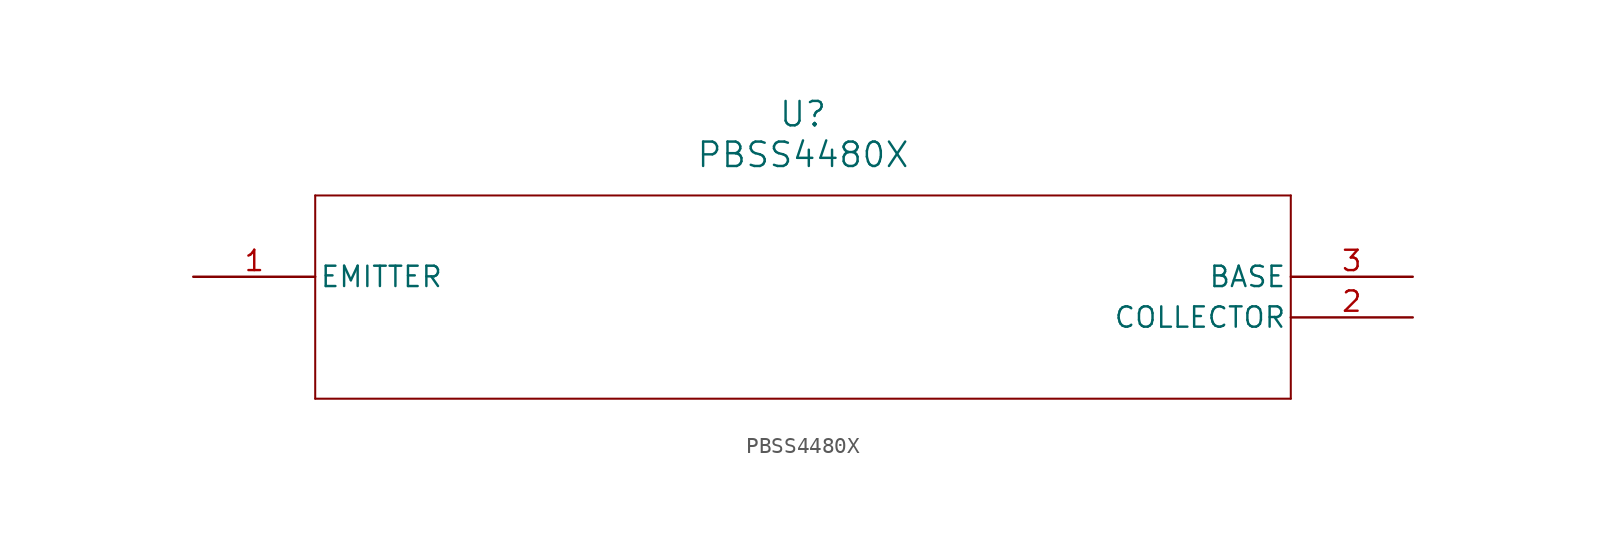
<source format=kicad_sym>
(kicad_symbol_lib
  (version 20211014)
  (generator kicad_symbol_editor)
  (symbol "PBSS4480X"
    (pin_names
      (offset 0.254))
    (property "Reference" "U"
      (at 38.1 10.16 0)
      (effects (font (size 1.524 1.524))))
    (property "Value" "PBSS4480X"
      (at 38.1 7.62 0)
      (effects (font (size 1.524 1.524))))
    (symbol "PBSS4480X_0_1"
      (polyline (pts (xy 7.62 5.08) (xy 7.62 -7.62)) (stroke (width 0.127) (type default) (color 0 0 0 0)) (fill (type none)))
      (polyline (pts (xy 7.62 -7.62) (xy 68.58 -7.62)) (stroke (width 0.127) (type default) (color 0 0 0 0)) (fill (type none)))
      (polyline (pts (xy 68.58 -7.62) (xy 68.58 5.08)) (stroke (width 0.127) (type default) (color 0 0 0 0)) (fill (type none)))
      (polyline (pts (xy 68.58 5.08) (xy 7.62 5.08)) (stroke (width 0.127) (type default) (color 0 0 0 0)) (fill (type none)))
      (pin unspecified line (at 0 0 0) (length 7.62) (name "EMITTER" (effects (font (size 1.27 1.27)))) (number "1" (effects (font (size 1.27 1.27)))))
      (pin unspecified line (at 76.2 -2.54 180) (length 7.62) (name "COLLECTOR" (effects (font (size 1.27 1.27)))) (number "2" (effects (font (size 1.27 1.27)))))
      (pin unspecified line (at 76.2 0 180) (length 7.62) (name "BASE" (effects (font (size 1.27 1.27)))) (number "3" (effects (font (size 1.27 1.27))))))))
</source>
